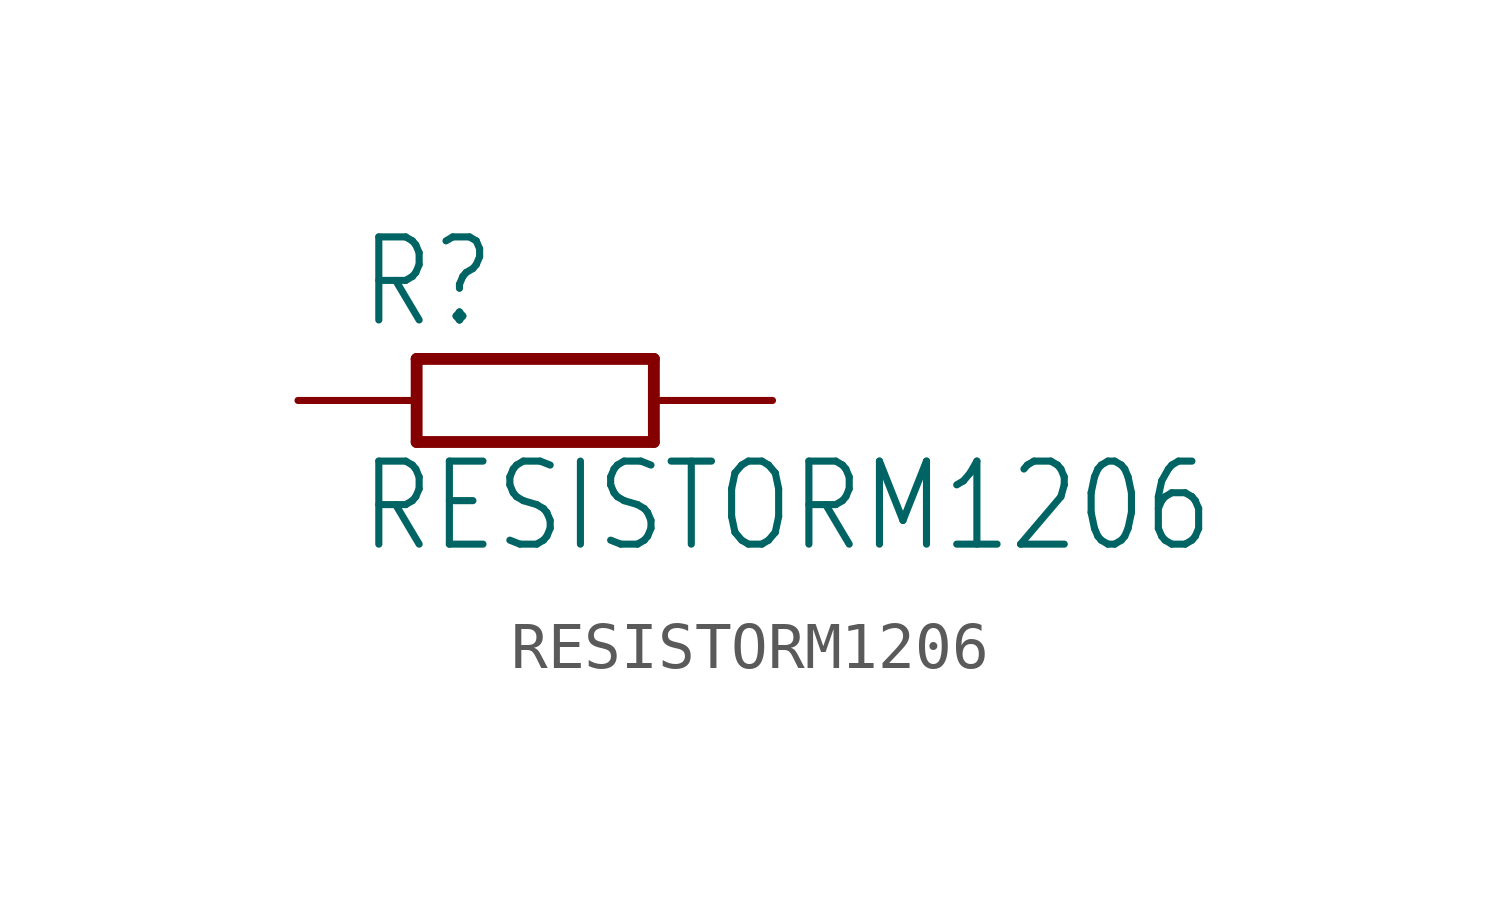
<source format=kicad_sym>
(kicad_symbol_lib
  (version 20211014)
  (generator kicad_symbol_editor)
  (symbol "RESISTORM1206"
    (property "Reference" "R"
      (at -3.81 1.499 0)
      (effects (font (size 1.778 1.511)) (justify left bottom)))
    (property "Value" "RESISTORM1206"
      (at -3.81 -3.302 0)
      (effects (font (size 1.778 1.511)) (justify left bottom)))
    (property "ki_locked" ""
      (at 0 0 0)
      (effects (font (size 1.27 1.27))))
    (symbol "RESISTORM1206_1_0"
      (polyline (pts (xy -2.54 -0.889) (xy -2.54 0.889)) (stroke (width 0.254) (type default) (color 0 0 0 0)) (fill (type none)))
      (polyline (pts (xy -2.54 -0.889) (xy 2.54 -0.889)) (stroke (width 0.254) (type default) (color 0 0 0 0)) (fill (type none)))
      (polyline (pts (xy 2.54 -0.889) (xy 2.54 0.889)) (stroke (width 0.254) (type default) (color 0 0 0 0)) (fill (type none)))
      (polyline (pts (xy 2.54 0.889) (xy -2.54 0.889)) (stroke (width 0.254) (type default) (color 0 0 0 0)) (fill (type none)))
      (pin passive line (at -5.08 0 0) (length 2.54) (name "1" (effects (font (size 0 0)))) (number "1" (effects (font (size 0 0)))))
      (pin passive line (at 5.08 0 180) (length 2.54) (name "2" (effects (font (size 0 0)))) (number "2" (effects (font (size 0 0))))))))
</source>
